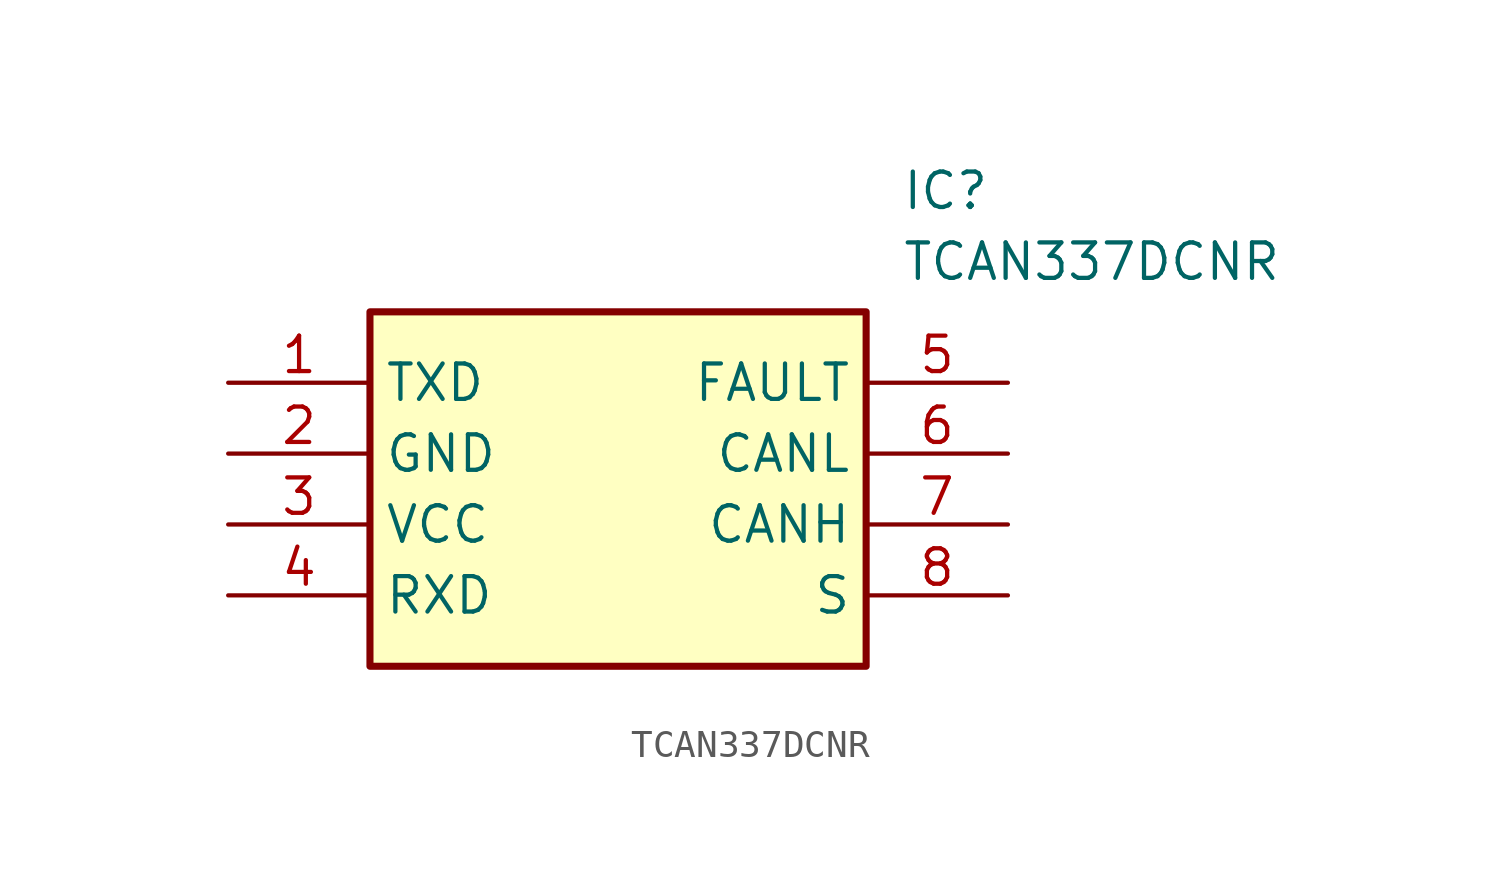
<source format=kicad_sym>
(kicad_symbol_lib
  (version 20211014)
  (generator SamacSys_ECAD_Model)
  (symbol "TCAN337DCNR"
    (property "Reference" "IC"
      (at 24.13 7.62 0)
      (effects (font (size 1.27 1.27)) (justify left top)))
    (property "Value" "TCAN337DCNR"
      (at 24.13 5.08 0)
      (effects (font (size 1.27 1.27)) (justify left top)))
    (rectangle
      (start 5.08 2.54)
      (end 22.86 -10.16)
      (stroke (width 0.254) (type default))
      (fill (type background)))
    (pin passive line
      (at 0 0 0)
      (length 5.08)
      (name "TXD" (effects (font (size 1.27 1.27))))
      (number "1" (effects (font (size 1.27 1.27)))))
    (pin passive line
      (at 0 -2.54 0)
      (length 5.08)
      (name "GND" (effects (font (size 1.27 1.27))))
      (number "2" (effects (font (size 1.27 1.27)))))
    (pin passive line
      (at 0 -5.08 0)
      (length 5.08)
      (name "VCC" (effects (font (size 1.27 1.27))))
      (number "3" (effects (font (size 1.27 1.27)))))
    (pin passive line
      (at 0 -7.62 0)
      (length 5.08)
      (name "RXD" (effects (font (size 1.27 1.27))))
      (number "4" (effects (font (size 1.27 1.27)))))
    (pin passive line
      (at 27.94 0 180)
      (length 5.08)
      (name "FAULT" (effects (font (size 1.27 1.27))))
      (number "5" (effects (font (size 1.27 1.27)))))
    (pin passive line
      (at 27.94 -2.54 180)
      (length 5.08)
      (name "CANL" (effects (font (size 1.27 1.27))))
      (number "6" (effects (font (size 1.27 1.27)))))
    (pin passive line
      (at 27.94 -5.08 180)
      (length 5.08)
      (name "CANH" (effects (font (size 1.27 1.27))))
      (number "7" (effects (font (size 1.27 1.27)))))
    (pin passive line
      (at 27.94 -7.62 180)
      (length 5.08)
      (name "S" (effects (font (size 1.27 1.27))))
      (number "8" (effects (font (size 1.27 1.27)))))))
</source>
